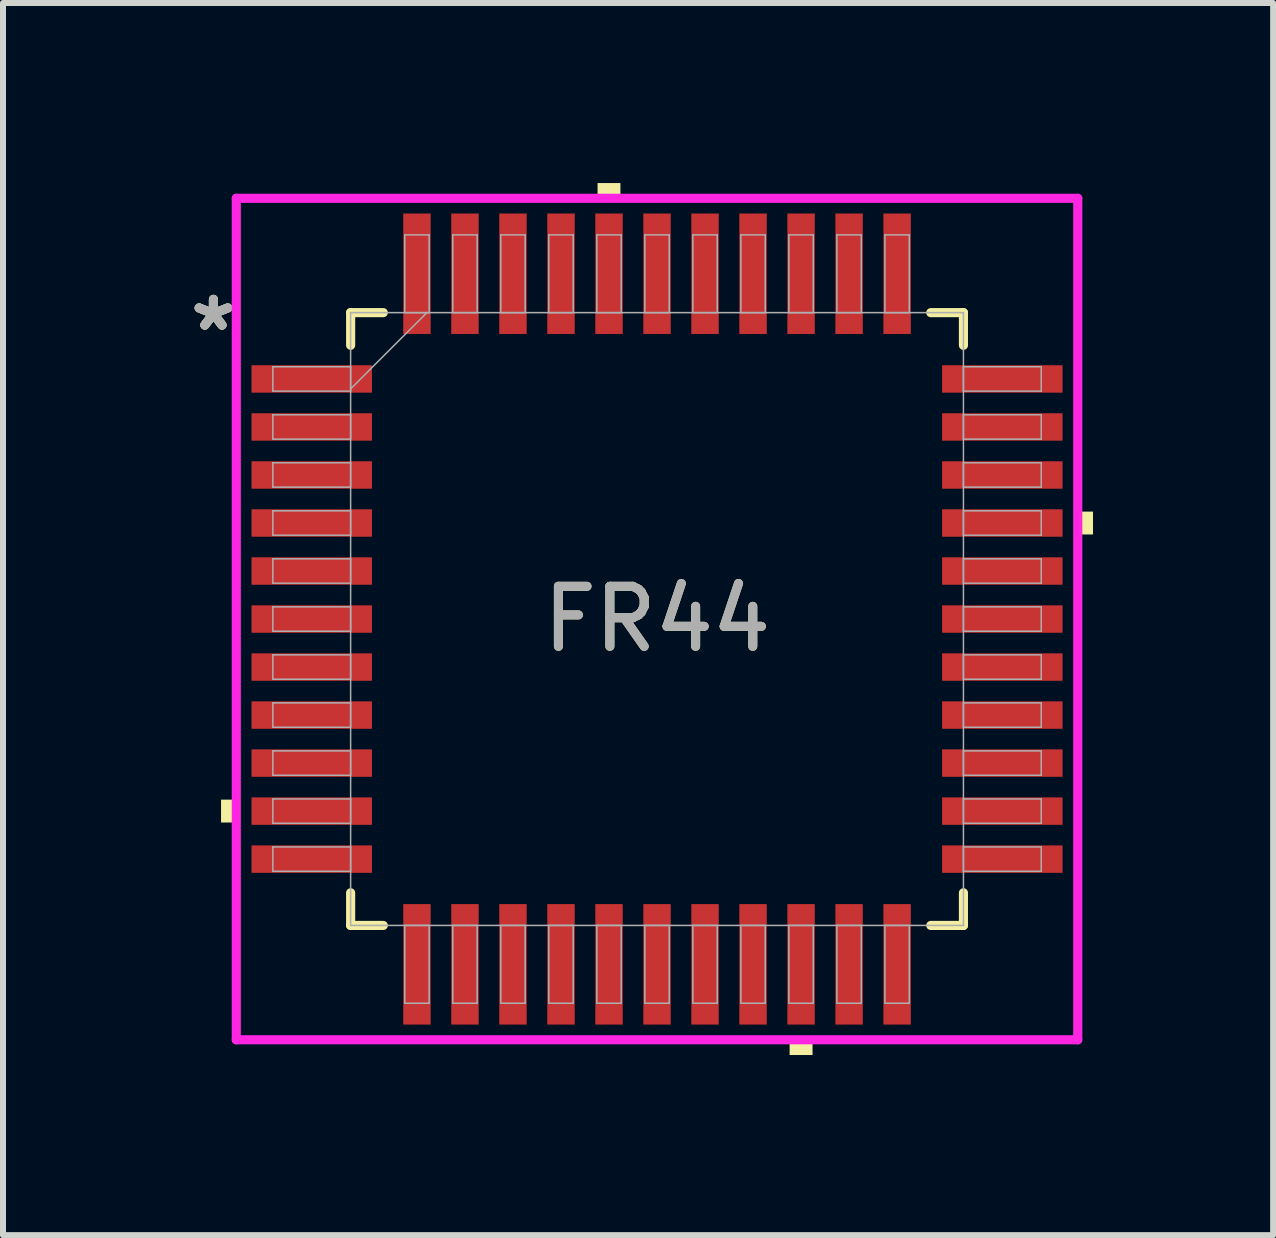
<source format=kicad_pcb>
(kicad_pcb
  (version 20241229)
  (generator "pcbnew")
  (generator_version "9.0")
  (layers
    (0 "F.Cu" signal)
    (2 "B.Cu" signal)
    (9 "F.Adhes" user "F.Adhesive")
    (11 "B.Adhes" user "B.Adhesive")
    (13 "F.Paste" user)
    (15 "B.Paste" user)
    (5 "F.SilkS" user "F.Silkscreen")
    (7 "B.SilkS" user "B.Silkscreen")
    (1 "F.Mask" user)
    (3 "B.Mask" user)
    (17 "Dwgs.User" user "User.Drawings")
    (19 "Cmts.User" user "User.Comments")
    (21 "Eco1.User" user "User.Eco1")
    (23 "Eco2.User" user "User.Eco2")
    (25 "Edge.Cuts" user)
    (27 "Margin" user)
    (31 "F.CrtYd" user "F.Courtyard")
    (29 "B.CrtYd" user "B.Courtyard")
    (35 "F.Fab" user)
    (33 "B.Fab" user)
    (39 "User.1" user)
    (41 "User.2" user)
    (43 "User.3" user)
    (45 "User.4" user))
  (footprint "FR44"
    (layer "F.Cu")
    (at 7.897 7.264)
    (property "Reference" "FR44" (at 0 0 0) (unlocked yes) (layer "F.SilkS") (effects (font (size 1 1) (thickness 0.15))))
    (attr smd)
    (fp_line (start -5.105 -5.105) (end -5.105 -4.561) (stroke (width 0.152) (type solid)) (layer "F.SilkS"))
    (fp_line (start -5.105 4.561) (end -5.105 5.105) (stroke (width 0.152) (type solid)) (layer "F.SilkS"))
    (fp_line (start -5.105 5.105) (end -4.561 5.105) (stroke (width 0.152) (type solid)) (layer "F.SilkS"))
    (fp_line (start -4.561 -5.105) (end -5.105 -5.105) (stroke (width 0.152) (type solid)) (layer "F.SilkS"))
    (fp_line (start 4.561 5.105) (end 5.105 5.105) (stroke (width 0.152) (type solid)) (layer "F.SilkS"))
    (fp_line (start 5.105 -5.105) (end 4.561 -5.105) (stroke (width 0.152) (type solid)) (layer "F.SilkS"))
    (fp_line (start 5.105 -4.561) (end 5.105 -5.105) (stroke (width 0.152) (type solid)) (layer "F.SilkS"))
    (fp_line (start 5.105 5.105) (end 5.105 4.561) (stroke (width 0.152) (type solid)) (layer "F.SilkS"))
    (fp_poly (pts (xy -7.264 3.009) (xy -7.264 3.39) (xy -7.01 3.39) (xy -7.01 3.009)) (stroke (width 0) (type solid)) (fill yes) (layer "F.SilkS"))
    (fp_poly (pts (xy -0.991 -7.01) (xy -0.991 -7.264) (xy -0.61 -7.264) (xy -0.61 -7.01)) (stroke (width 0) (type solid)) (fill yes) (layer "F.SilkS"))
    (fp_poly (pts (xy 2.209 7.01) (xy 2.209 7.264) (xy 2.591 7.264) (xy 2.591 7.01)) (stroke (width 0) (type solid)) (fill yes) (layer "F.SilkS"))
    (fp_poly (pts (xy 7.264 -1.79) (xy 7.264 -1.409) (xy 7.01 -1.409) (xy 7.01 -1.79)) (stroke (width 0) (type solid)) (fill yes) (layer "F.SilkS"))
    (fp_line (start -7.01 -7.01) (end 7.01 -7.01) (stroke (width 0.152) (type solid)) (layer "F.CrtYd"))
    (fp_line (start -7.01 7.01) (end -7.01 -7.01) (stroke (width 0.152) (type solid)) (layer "F.CrtYd"))
    (fp_line (start 7.01 -7.01) (end 7.01 7.01) (stroke (width 0.152) (type solid)) (layer "F.CrtYd"))
    (fp_line (start 7.01 7.01) (end -7.01 7.01) (stroke (width 0.152) (type solid)) (layer "F.CrtYd"))
    (fp_line (start -6.401 -4.203) (end -6.401 -3.797) (stroke (width 0.025) (type solid)) (layer "F.Fab"))
    (fp_line (start -6.401 -3.797) (end -5.105 -3.797) (stroke (width 0.025) (type solid)) (layer "F.Fab"))
    (fp_line (start -6.401 -3.403) (end -6.401 -2.997) (stroke (width 0.025) (type solid)) (layer "F.Fab"))
    (fp_line (start -6.401 -2.997) (end -5.105 -2.997) (stroke (width 0.025) (type solid)) (layer "F.Fab"))
    (fp_line (start -6.401 -2.603) (end -6.401 -2.197) (stroke (width 0.025) (type solid)) (layer "F.Fab"))
    (fp_line (start -6.401 -2.197) (end -5.105 -2.197) (stroke (width 0.025) (type solid)) (layer "F.Fab"))
    (fp_line (start -6.401 -1.803) (end -6.401 -1.397) (stroke (width 0.025) (type solid)) (layer "F.Fab"))
    (fp_line (start -6.401 -1.397) (end -5.105 -1.397) (stroke (width 0.025) (type solid)) (layer "F.Fab"))
    (fp_line (start -6.401 -1.003) (end -6.401 -0.597) (stroke (width 0.025) (type solid)) (layer "F.Fab"))
    (fp_line (start -6.401 -0.597) (end -5.105 -0.597) (stroke (width 0.025) (type solid)) (layer "F.Fab"))
    (fp_line (start -6.401 -0.203) (end -6.401 0.203) (stroke (width 0.025) (type solid)) (layer "F.Fab"))
    (fp_line (start -6.401 0.203) (end -5.105 0.203) (stroke (width 0.025) (type solid)) (layer "F.Fab"))
    (fp_line (start -6.401 0.597) (end -6.401 1.003) (stroke (width 0.025) (type solid)) (layer "F.Fab"))
    (fp_line (start -6.401 1.003) (end -5.105 1.003) (stroke (width 0.025) (type solid)) (layer "F.Fab"))
    (fp_line (start -6.401 1.397) (end -6.401 1.803) (stroke (width 0.025) (type solid)) (layer "F.Fab"))
    (fp_line (start -6.401 1.803) (end -5.105 1.803) (stroke (width 0.025) (type solid)) (layer "F.Fab"))
    (fp_line (start -6.401 2.197) (end -6.401 2.603) (stroke (width 0.025) (type solid)) (layer "F.Fab"))
    (fp_line (start -6.401 2.603) (end -5.105 2.603) (stroke (width 0.025) (type solid)) (layer "F.Fab"))
    (fp_line (start -6.401 2.997) (end -6.401 3.403) (stroke (width 0.025) (type solid)) (layer "F.Fab"))
    (fp_line (start -6.401 3.403) (end -5.105 3.403) (stroke (width 0.025) (type solid)) (layer "F.Fab"))
    (fp_line (start -6.401 3.797) (end -6.401 4.203) (stroke (width 0.025) (type solid)) (layer "F.Fab"))
    (fp_line (start -6.401 4.203) (end -5.105 4.203) (stroke (width 0.025) (type solid)) (layer "F.Fab"))
    (fp_line (start -5.105 -5.105) (end -5.105 -5.105) (stroke (width 0.025) (type solid)) (layer "F.Fab"))
    (fp_line (start -5.105 -5.105) (end -5.105 5.105) (stroke (width 0.025) (type solid)) (layer "F.Fab"))
    (fp_line (start -5.105 -4.203) (end -6.401 -4.203) (stroke (width 0.025) (type solid)) (layer "F.Fab"))
    (fp_line (start -5.105 -3.835) (end -3.835 -5.105) (stroke (width 0.025) (type solid)) (layer "F.Fab"))
    (fp_line (start -5.105 -3.797) (end -5.105 -4.203) (stroke (width 0.025) (type solid)) (layer "F.Fab"))
    (fp_line (start -5.105 -3.403) (end -6.401 -3.403) (stroke (width 0.025) (type solid)) (layer "F.Fab"))
    (fp_line (start -5.105 -2.997) (end -5.105 -3.403) (stroke (width 0.025) (type solid)) (layer "F.Fab"))
    (fp_line (start -5.105 -2.603) (end -6.401 -2.603) (stroke (width 0.025) (type solid)) (layer "F.Fab"))
    (fp_line (start -5.105 -2.197) (end -5.105 -2.603) (stroke (width 0.025) (type solid)) (layer "F.Fab"))
    (fp_line (start -5.105 -1.803) (end -6.401 -1.803) (stroke (width 0.025) (type solid)) (layer "F.Fab"))
    (fp_line (start -5.105 -1.397) (end -5.105 -1.803) (stroke (width 0.025) (type solid)) (layer "F.Fab"))
    (fp_line (start -5.105 -1.003) (end -6.401 -1.003) (stroke (width 0.025) (type solid)) (layer "F.Fab"))
    (fp_line (start -5.105 -0.597) (end -5.105 -1.003) (stroke (width 0.025) (type solid)) (layer "F.Fab"))
    (fp_line (start -5.105 -0.203) (end -6.401 -0.203) (stroke (width 0.025) (type solid)) (layer "F.Fab"))
    (fp_line (start -5.105 0.203) (end -5.105 -0.203) (stroke (width 0.025) (type solid)) (layer "F.Fab"))
    (fp_line (start -5.105 0.597) (end -6.401 0.597) (stroke (width 0.025) (type solid)) (layer "F.Fab"))
    (fp_line (start -5.105 1.003) (end -5.105 0.597) (stroke (width 0.025) (type solid)) (layer "F.Fab"))
    (fp_line (start -5.105 1.397) (end -6.401 1.397) (stroke (width 0.025) (type solid)) (layer "F.Fab"))
    (fp_line (start -5.105 1.803) (end -5.105 1.397) (stroke (width 0.025) (type solid)) (layer "F.Fab"))
    (fp_line (start -5.105 2.197) (end -6.401 2.197) (stroke (width 0.025) (type solid)) (layer "F.Fab"))
    (fp_line (start -5.105 2.603) (end -5.105 2.197) (stroke (width 0.025) (type solid)) (layer "F.Fab"))
    (fp_line (start -5.105 2.997) (end -6.401 2.997) (stroke (width 0.025) (type solid)) (layer "F.Fab"))
    (fp_line (start -5.105 3.403) (end -5.105 2.997) (stroke (width 0.025) (type solid)) (layer "F.Fab"))
    (fp_line (start -5.105 3.797) (end -6.401 3.797) (stroke (width 0.025) (type solid)) (layer "F.Fab"))
    (fp_line (start -5.105 4.203) (end -5.105 3.797) (stroke (width 0.025) (type solid)) (layer "F.Fab"))
    (fp_line (start -5.105 5.105) (end -5.105 5.105) (stroke (width 0.025) (type solid)) (layer "F.Fab"))
    (fp_line (start -5.105 5.105) (end 5.105 5.105) (stroke (width 0.025) (type solid)) (layer "F.Fab"))
    (fp_line (start -4.203 5.105) (end -4.203 6.401) (stroke (width 0.025) (type solid)) (layer "F.Fab"))
    (fp_line (start -4.203 6.401) (end -3.797 6.401) (stroke (width 0.025) (type solid)) (layer "F.Fab"))
    (fp_line (start -4.203 -6.401) (end -4.203 -5.105) (stroke (width 0.025) (type solid)) (layer "F.Fab"))
    (fp_line (start -4.203 -5.105) (end -3.797 -5.105) (stroke (width 0.025) (type solid)) (layer "F.Fab"))
    (fp_line (start -3.797 5.105) (end -4.203 5.105) (stroke (width 0.025) (type solid)) (layer "F.Fab"))
    (fp_line (start -3.797 6.401) (end -3.797 5.105) (stroke (width 0.025) (type solid)) (layer "F.Fab"))
    (fp_line (start -3.797 -6.401) (end -4.203 -6.401) (stroke (width 0.025) (type solid)) (layer "F.Fab"))
    (fp_line (start -3.797 -5.105) (end -3.797 -6.401) (stroke (width 0.025) (type solid)) (layer "F.Fab"))
    (fp_line (start -3.403 -6.401) (end -3.403 -5.105) (stroke (width 0.025) (type solid)) (layer "F.Fab"))
    (fp_line (start -3.403 -5.105) (end -2.997 -5.105) (stroke (width 0.025) (type solid)) (layer "F.Fab"))
    (fp_line (start -3.403 5.105) (end -3.403 6.401) (stroke (width 0.025) (type solid)) (layer "F.Fab"))
    (fp_line (start -3.403 6.401) (end -2.997 6.401) (stroke (width 0.025) (type solid)) (layer "F.Fab"))
    (fp_line (start -2.997 -6.401) (end -3.403 -6.401) (stroke (width 0.025) (type solid)) (layer "F.Fab"))
    (fp_line (start -2.997 -5.105) (end -2.997 -6.401) (stroke (width 0.025) (type solid)) (layer "F.Fab"))
    (fp_line (start -2.997 5.105) (end -3.403 5.105) (stroke (width 0.025) (type solid)) (layer "F.Fab"))
    (fp_line (start -2.997 6.401) (end -2.997 5.105) (stroke (width 0.025) (type solid)) (layer "F.Fab"))
    (fp_line (start -2.603 -6.401) (end -2.603 -5.105) (stroke (width 0.025) (type solid)) (layer "F.Fab"))
    (fp_line (start -2.603 -5.105) (end -2.197 -5.105) (stroke (width 0.025) (type solid)) (layer "F.Fab"))
    (fp_line (start -2.603 5.105) (end -2.603 6.401) (stroke (width 0.025) (type solid)) (layer "F.Fab"))
    (fp_line (start -2.603 6.401) (end -2.197 6.401) (stroke (width 0.025) (type solid)) (layer "F.Fab"))
    (fp_line (start -2.197 -6.401) (end -2.603 -6.401) (stroke (width 0.025) (type solid)) (layer "F.Fab"))
    (fp_line (start -2.197 -5.105) (end -2.197 -6.401) (stroke (width 0.025) (type solid)) (layer "F.Fab"))
    (fp_line (start -2.197 5.105) (end -2.603 5.105) (stroke (width 0.025) (type solid)) (layer "F.Fab"))
    (fp_line (start -2.197 6.401) (end -2.197 5.105) (stroke (width 0.025) (type solid)) (layer "F.Fab"))
    (fp_line (start -1.803 -6.401) (end -1.803 -5.105) (stroke (width 0.025) (type solid)) (layer "F.Fab"))
    (fp_line (start -1.803 -5.105) (end -1.397 -5.105) (stroke (width 0.025) (type solid)) (layer "F.Fab"))
    (fp_line (start -1.803 5.105) (end -1.803 6.401) (stroke (width 0.025) (type solid)) (layer "F.Fab"))
    (fp_line (start -1.803 6.401) (end -1.397 6.401) (stroke (width 0.025) (type solid)) (layer "F.Fab"))
    (fp_line (start -1.397 -6.401) (end -1.803 -6.401) (stroke (width 0.025) (type solid)) (layer "F.Fab"))
    (fp_line (start -1.397 -5.105) (end -1.397 -6.401) (stroke (width 0.025) (type solid)) (layer "F.Fab"))
    (fp_line (start -1.397 5.105) (end -1.803 5.105) (stroke (width 0.025) (type solid)) (layer "F.Fab"))
    (fp_line (start -1.397 6.401) (end -1.397 5.105) (stroke (width 0.025) (type solid)) (layer "F.Fab"))
    (fp_line (start -1.003 -6.401) (end -1.003 -5.105) (stroke (width 0.025) (type solid)) (layer "F.Fab"))
    (fp_line (start -1.003 -5.105) (end -0.597 -5.105) (stroke (width 0.025) (type solid)) (layer "F.Fab"))
    (fp_line (start -1.003 5.105) (end -1.003 6.401) (stroke (width 0.025) (type solid)) (layer "F.Fab"))
    (fp_line (start -1.003 6.401) (end -0.597 6.401) (stroke (width 0.025) (type solid)) (layer "F.Fab"))
    (fp_line (start -0.597 -6.401) (end -1.003 -6.401) (stroke (width 0.025) (type solid)) (layer "F.Fab"))
    (fp_line (start -0.597 -5.105) (end -0.597 -6.401) (stroke (width 0.025) (type solid)) (layer "F.Fab"))
    (fp_line (start -0.597 5.105) (end -1.003 5.105) (stroke (width 0.025) (type solid)) (layer "F.Fab"))
    (fp_line (start -0.597 6.401) (end -0.597 5.105) (stroke (width 0.025) (type solid)) (layer "F.Fab"))
    (fp_line (start -0.203 -6.401) (end -0.203 -5.105) (stroke (width 0.025) (type solid)) (layer "F.Fab"))
    (fp_line (start -0.203 -5.105) (end 0.203 -5.105) (stroke (width 0.025) (type solid)) (layer "F.Fab"))
    (fp_line (start -0.203 5.105) (end -0.203 6.401) (stroke (width 0.025) (type solid)) (layer "F.Fab"))
    (fp_line (start -0.203 6.401) (end 0.203 6.401) (stroke (width 0.025) (type solid)) (layer "F.Fab"))
    (fp_line (start 0.203 -6.401) (end -0.203 -6.401) (stroke (width 0.025) (type solid)) (layer "F.Fab"))
    (fp_line (start 0.203 -5.105) (end 0.203 -6.401) (stroke (width 0.025) (type solid)) (layer "F.Fab"))
    (fp_line (start 0.203 5.105) (end -0.203 5.105) (stroke (width 0.025) (type solid)) (layer "F.Fab"))
    (fp_line (start 0.203 6.401) (end 0.203 5.105) (stroke (width 0.025) (type solid)) (layer "F.Fab"))
    (fp_line (start 0.597 -6.401) (end 0.597 -5.105) (stroke (width 0.025) (type solid)) (layer "F.Fab"))
    (fp_line (start 0.597 -5.105) (end 1.003 -5.105) (stroke (width 0.025) (type solid)) (layer "F.Fab"))
    (fp_line (start 0.597 5.105) (end 0.597 6.401) (stroke (width 0.025) (type solid)) (layer "F.Fab"))
    (fp_line (start 0.597 6.401) (end 1.003 6.401) (stroke (width 0.025) (type solid)) (layer "F.Fab"))
    (fp_line (start 1.003 -6.401) (end 0.597 -6.401) (stroke (width 0.025) (type solid)) (layer "F.Fab"))
    (fp_line (start 1.003 -5.105) (end 1.003 -6.401) (stroke (width 0.025) (type solid)) (layer "F.Fab"))
    (fp_line (start 1.003 5.105) (end 0.597 5.105) (stroke (width 0.025) (type solid)) (layer "F.Fab"))
    (fp_line (start 1.003 6.401) (end 1.003 5.105) (stroke (width 0.025) (type solid)) (layer "F.Fab"))
    (fp_line (start 1.397 -6.401) (end 1.397 -5.105) (stroke (width 0.025) (type solid)) (layer "F.Fab"))
    (fp_line (start 1.397 -5.105) (end 1.803 -5.105) (stroke (width 0.025) (type solid)) (layer "F.Fab"))
    (fp_line (start 1.397 5.105) (end 1.397 6.401) (stroke (width 0.025) (type solid)) (layer "F.Fab"))
    (fp_line (start 1.397 6.401) (end 1.803 6.401) (stroke (width 0.025) (type solid)) (layer "F.Fab"))
    (fp_line (start 1.803 -6.401) (end 1.397 -6.401) (stroke (width 0.025) (type solid)) (layer "F.Fab"))
    (fp_line (start 1.803 -5.105) (end 1.803 -6.401) (stroke (width 0.025) (type solid)) (layer "F.Fab"))
    (fp_line (start 1.803 5.105) (end 1.397 5.105) (stroke (width 0.025) (type solid)) (layer "F.Fab"))
    (fp_line (start 1.803 6.401) (end 1.803 5.105) (stroke (width 0.025) (type solid)) (layer "F.Fab"))
    (fp_line (start 2.197 -6.401) (end 2.197 -5.105) (stroke (width 0.025) (type solid)) (layer "F.Fab"))
    (fp_line (start 2.197 -5.105) (end 2.603 -5.105) (stroke (width 0.025) (type solid)) (layer "F.Fab"))
    (fp_line (start 2.197 5.105) (end 2.197 6.401) (stroke (width 0.025) (type solid)) (layer "F.Fab"))
    (fp_line (start 2.197 6.401) (end 2.603 6.401) (stroke (width 0.025) (type solid)) (layer "F.Fab"))
    (fp_line (start 2.603 -6.401) (end 2.197 -6.401) (stroke (width 0.025) (type solid)) (layer "F.Fab"))
    (fp_line (start 2.603 -5.105) (end 2.603 -6.401) (stroke (width 0.025) (type solid)) (layer "F.Fab"))
    (fp_line (start 2.603 5.105) (end 2.197 5.105) (stroke (width 0.025) (type solid)) (layer "F.Fab"))
    (fp_line (start 2.603 6.401) (end 2.603 5.105) (stroke (width 0.025) (type solid)) (layer "F.Fab"))
    (fp_line (start 2.997 -6.401) (end 2.997 -5.105) (stroke (width 0.025) (type solid)) (layer "F.Fab"))
    (fp_line (start 2.997 -5.105) (end 3.403 -5.105) (stroke (width 0.025) (type solid)) (layer "F.Fab"))
    (fp_line (start 2.997 5.105) (end 2.997 6.401) (stroke (width 0.025) (type solid)) (layer "F.Fab"))
    (fp_line (start 2.997 6.401) (end 3.403 6.401) (stroke (width 0.025) (type solid)) (layer "F.Fab"))
    (fp_line (start 3.403 -6.401) (end 2.997 -6.401) (stroke (width 0.025) (type solid)) (layer "F.Fab"))
    (fp_line (start 3.403 -5.105) (end 3.403 -6.401) (stroke (width 0.025) (type solid)) (layer "F.Fab"))
    (fp_line (start 3.403 5.105) (end 2.997 5.105) (stroke (width 0.025) (type solid)) (layer "F.Fab"))
    (fp_line (start 3.403 6.401) (end 3.403 5.105) (stroke (width 0.025) (type solid)) (layer "F.Fab"))
    (fp_line (start 3.797 5.105) (end 3.797 6.401) (stroke (width 0.025) (type solid)) (layer "F.Fab"))
    (fp_line (start 3.797 6.401) (end 4.203 6.401) (stroke (width 0.025) (type solid)) (layer "F.Fab"))
    (fp_line (start 3.797 -6.401) (end 3.797 -5.105) (stroke (width 0.025) (type solid)) (layer "F.Fab"))
    (fp_line (start 3.797 -5.105) (end 4.203 -5.105) (stroke (width 0.025) (type solid)) (layer "F.Fab"))
    (fp_line (start 4.203 5.105) (end 3.797 5.105) (stroke (width 0.025) (type solid)) (layer "F.Fab"))
    (fp_line (start 4.203 6.401) (end 4.203 5.105) (stroke (width 0.025) (type solid)) (layer "F.Fab"))
    (fp_line (start 4.203 -6.401) (end 3.797 -6.401) (stroke (width 0.025) (type solid)) (layer "F.Fab"))
    (fp_line (start 4.203 -5.105) (end 4.203 -6.401) (stroke (width 0.025) (type solid)) (layer "F.Fab"))
    (fp_line (start 5.105 -5.105) (end -5.105 -5.105) (stroke (width 0.025) (type solid)) (layer "F.Fab"))
    (fp_line (start 5.105 -5.105) (end 5.105 -5.105) (stroke (width 0.025) (type solid)) (layer "F.Fab"))
    (fp_line (start 5.105 -4.203) (end 5.105 -3.797) (stroke (width 0.025) (type solid)) (layer "F.Fab"))
    (fp_line (start 5.105 -3.797) (end 6.401 -3.797) (stroke (width 0.025) (type solid)) (layer "F.Fab"))
    (fp_line (start 5.105 -3.403) (end 5.105 -2.997) (stroke (width 0.025) (type solid)) (layer "F.Fab"))
    (fp_line (start 5.105 -2.997) (end 6.401 -2.997) (stroke (width 0.025) (type solid)) (layer "F.Fab"))
    (fp_line (start 5.105 -2.603) (end 5.105 -2.197) (stroke (width 0.025) (type solid)) (layer "F.Fab"))
    (fp_line (start 5.105 -2.197) (end 6.401 -2.197) (stroke (width 0.025) (type solid)) (layer "F.Fab"))
    (fp_line (start 5.105 -1.803) (end 5.105 -1.397) (stroke (width 0.025) (type solid)) (layer "F.Fab"))
    (fp_line (start 5.105 -1.397) (end 6.401 -1.397) (stroke (width 0.025) (type solid)) (layer "F.Fab"))
    (fp_line (start 5.105 -1.003) (end 5.105 -0.597) (stroke (width 0.025) (type solid)) (layer "F.Fab"))
    (fp_line (start 5.105 -0.597) (end 6.401 -0.597) (stroke (width 0.025) (type solid)) (layer "F.Fab"))
    (fp_line (start 5.105 -0.203) (end 5.105 0.203) (stroke (width 0.025) (type solid)) (layer "F.Fab"))
    (fp_line (start 5.105 0.203) (end 6.401 0.203) (stroke (width 0.025) (type solid)) (layer "F.Fab"))
    (fp_line (start 5.105 0.597) (end 5.105 1.003) (stroke (width 0.025) (type solid)) (layer "F.Fab"))
    (fp_line (start 5.105 1.003) (end 6.401 1.003) (stroke (width 0.025) (type solid)) (layer "F.Fab"))
    (fp_line (start 5.105 1.397) (end 5.105 1.803) (stroke (width 0.025) (type solid)) (layer "F.Fab"))
    (fp_line (start 5.105 1.803) (end 6.401 1.803) (stroke (width 0.025) (type solid)) (layer "F.Fab"))
    (fp_line (start 5.105 2.197) (end 5.105 2.603) (stroke (width 0.025) (type solid)) (layer "F.Fab"))
    (fp_line (start 5.105 2.603) (end 6.401 2.603) (stroke (width 0.025) (type solid)) (layer "F.Fab"))
    (fp_line (start 5.105 2.997) (end 5.105 3.403) (stroke (width 0.025) (type solid)) (layer "F.Fab"))
    (fp_line (start 5.105 3.403) (end 6.401 3.403) (stroke (width 0.025) (type solid)) (layer "F.Fab"))
    (fp_line (start 5.105 3.797) (end 5.105 4.203) (stroke (width 0.025) (type solid)) (layer "F.Fab"))
    (fp_line (start 5.105 4.203) (end 6.401 4.203) (stroke (width 0.025) (type solid)) (layer "F.Fab"))
    (fp_line (start 5.105 5.105) (end 5.105 -5.105) (stroke (width 0.025) (type solid)) (layer "F.Fab"))
    (fp_line (start 5.105 5.105) (end 5.105 5.105) (stroke (width 0.025) (type solid)) (layer "F.Fab"))
    (fp_line (start 6.401 -4.203) (end 5.105 -4.203) (stroke (width 0.025) (type solid)) (layer "F.Fab"))
    (fp_line (start 6.401 -3.797) (end 6.401 -4.203) (stroke (width 0.025) (type solid)) (layer "F.Fab"))
    (fp_line (start 6.401 -3.403) (end 5.105 -3.403) (stroke (width 0.025) (type solid)) (layer "F.Fab"))
    (fp_line (start 6.401 -2.997) (end 6.401 -3.403) (stroke (width 0.025) (type solid)) (layer "F.Fab"))
    (fp_line (start 6.401 -2.603) (end 5.105 -2.603) (stroke (width 0.025) (type solid)) (layer "F.Fab"))
    (fp_line (start 6.401 -2.197) (end 6.401 -2.603) (stroke (width 0.025) (type solid)) (layer "F.Fab"))
    (fp_line (start 6.401 -1.803) (end 5.105 -1.803) (stroke (width 0.025) (type solid)) (layer "F.Fab"))
    (fp_line (start 6.401 -1.397) (end 6.401 -1.803) (stroke (width 0.025) (type solid)) (layer "F.Fab"))
    (fp_line (start 6.401 -1.003) (end 5.105 -1.003) (stroke (width 0.025) (type solid)) (layer "F.Fab"))
    (fp_line (start 6.401 -0.597) (end 6.401 -1.003) (stroke (width 0.025) (type solid)) (layer "F.Fab"))
    (fp_line (start 6.401 -0.203) (end 5.105 -0.203) (stroke (width 0.025) (type solid)) (layer "F.Fab"))
    (fp_line (start 6.401 0.203) (end 6.401 -0.203) (stroke (width 0.025) (type solid)) (layer "F.Fab"))
    (fp_line (start 6.401 0.597) (end 5.105 0.597) (stroke (width 0.025) (type solid)) (layer "F.Fab"))
    (fp_line (start 6.401 1.003) (end 6.401 0.597) (stroke (width 0.025) (type solid)) (layer "F.Fab"))
    (fp_line (start 6.401 1.397) (end 5.105 1.397) (stroke (width 0.025) (type solid)) (layer "F.Fab"))
    (fp_line (start 6.401 1.803) (end 6.401 1.397) (stroke (width 0.025) (type solid)) (layer "F.Fab"))
    (fp_line (start 6.401 2.197) (end 5.105 2.197) (stroke (width 0.025) (type solid)) (layer "F.Fab"))
    (fp_line (start 6.401 2.603) (end 6.401 2.197) (stroke (width 0.025) (type solid)) (layer "F.Fab"))
    (fp_line (start 6.401 2.997) (end 5.105 2.997) (stroke (width 0.025) (type solid)) (layer "F.Fab"))
    (fp_line (start 6.401 3.403) (end 6.401 2.997) (stroke (width 0.025) (type solid)) (layer "F.Fab"))
    (fp_line (start 6.401 3.797) (end 5.105 3.797) (stroke (width 0.025) (type solid)) (layer "F.Fab"))
    (fp_line (start 6.401 4.203) (end 6.401 3.797) (stroke (width 0.025) (type solid)) (layer "F.Fab"))
    (fp_text user "*" (at -7.391 -4.781 0) (layer "F.SilkS") (effects (font (size 1 1) (thickness 0.15))))
    (fp_text user "*" (at -7.391 -4.781 0) (unlocked yes) (layer "F.SilkS") (effects (font (size 1 1) (thickness 0.15))))
    (fp_text user "*" (at -7.391 -4.781 0) (layer "F.Fab") (effects (font (size 1 1) (thickness 0.15))))
    (fp_text user "${REFERENCE}" (at 0 0 0) (unlocked yes) (layer "F.Fab") (effects (font (size 1 1) (thickness 0.15))))
    (fp_text user "*" (at -7.391 -4.781 0) (unlocked yes) (layer "F.Fab") (effects (font (size 1 1) (thickness 0.15))))
    (pad "1" smd rect (at -5.753 -4 90) (size 0.457 2.007) (layers "F.Cu" "F.Mask" "F.Paste"))
    (pad "2" smd rect (at -5.753 -3.2 90) (size 0.457 2.007) (layers "F.Cu" "F.Mask" "F.Paste"))
    (pad "3" smd rect (at -5.753 -2.4 90) (size 0.457 2.007) (layers "F.Cu" "F.Mask" "F.Paste"))
    (pad "4" smd rect (at -5.753 -1.6 90) (size 0.457 2.007) (layers "F.Cu" "F.Mask" "F.Paste"))
    (pad "5" smd rect (at -5.753 -0.8 90) (size 0.457 2.007) (layers "F.Cu" "F.Mask" "F.Paste"))
    (pad "6" smd rect (at -5.753 0 90) (size 0.457 2.007) (layers "F.Cu" "F.Mask" "F.Paste"))
    (pad "7" smd rect (at -5.753 0.8 90) (size 0.457 2.007) (layers "F.Cu" "F.Mask" "F.Paste"))
    (pad "8" smd rect (at -5.753 1.6 90) (size 0.457 2.007) (layers "F.Cu" "F.Mask" "F.Paste"))
    (pad "9" smd rect (at -5.753 2.4 90) (size 0.457 2.007) (layers "F.Cu" "F.Mask" "F.Paste"))
    (pad "10" smd rect (at -5.753 3.2 90) (size 0.457 2.007) (layers "F.Cu" "F.Mask" "F.Paste"))
    (pad "11" smd rect (at -5.753 4 90) (size 0.457 2.007) (layers "F.Cu" "F.Mask" "F.Paste"))
    (pad "12" smd rect (at -4 5.753) (size 0.457 2.007) (layers "F.Cu" "F.Mask" "F.Paste"))
    (pad "13" smd rect (at -3.2 5.753) (size 0.457 2.007) (layers "F.Cu" "F.Mask" "F.Paste"))
    (pad "14" smd rect (at -2.4 5.753) (size 0.457 2.007) (layers "F.Cu" "F.Mask" "F.Paste"))
    (pad "15" smd rect (at -1.6 5.753) (size 0.457 2.007) (layers "F.Cu" "F.Mask" "F.Paste"))
    (pad "16" smd rect (at -0.8 5.753) (size 0.457 2.007) (layers "F.Cu" "F.Mask" "F.Paste"))
    (pad "17" smd rect (at 0 5.753) (size 0.457 2.007) (layers "F.Cu" "F.Mask" "F.Paste"))
    (pad "18" smd rect (at 0.8 5.753) (size 0.457 2.007) (layers "F.Cu" "F.Mask" "F.Paste"))
    (pad "19" smd rect (at 1.6 5.753) (size 0.457 2.007) (layers "F.Cu" "F.Mask" "F.Paste"))
    (pad "20" smd rect (at 2.4 5.753) (size 0.457 2.007) (layers "F.Cu" "F.Mask" "F.Paste"))
    (pad "21" smd rect (at 3.2 5.753) (size 0.457 2.007) (layers "F.Cu" "F.Mask" "F.Paste"))
    (pad "22" smd rect (at 4 5.753) (size 0.457 2.007) (layers "F.Cu" "F.Mask" "F.Paste"))
    (pad "23" smd rect (at 5.753 4 90) (size 0.457 2.007) (layers "F.Cu" "F.Mask" "F.Paste"))
    (pad "24" smd rect (at 5.753 3.2 90) (size 0.457 2.007) (layers "F.Cu" "F.Mask" "F.Paste"))
    (pad "25" smd rect (at 5.753 2.4 90) (size 0.457 2.007) (layers "F.Cu" "F.Mask" "F.Paste"))
    (pad "26" smd rect (at 5.753 1.6 90) (size 0.457 2.007) (layers "F.Cu" "F.Mask" "F.Paste"))
    (pad "27" smd rect (at 5.753 0.8 90) (size 0.457 2.007) (layers "F.Cu" "F.Mask" "F.Paste"))
    (pad "28" smd rect (at 5.753 0 90) (size 0.457 2.007) (layers "F.Cu" "F.Mask" "F.Paste"))
    (pad "29" smd rect (at 5.753 -0.8 90) (size 0.457 2.007) (layers "F.Cu" "F.Mask" "F.Paste"))
    (pad "30" smd rect (at 5.753 -1.6 90) (size 0.457 2.007) (layers "F.Cu" "F.Mask" "F.Paste"))
    (pad "31" smd rect (at 5.753 -2.4 90) (size 0.457 2.007) (layers "F.Cu" "F.Mask" "F.Paste"))
    (pad "32" smd rect (at 5.753 -3.2 90) (size 0.457 2.007) (layers "F.Cu" "F.Mask" "F.Paste"))
    (pad "33" smd rect (at 5.753 -4 90) (size 0.457 2.007) (layers "F.Cu" "F.Mask" "F.Paste"))
    (pad "34" smd rect (at 4 -5.753) (size 0.457 2.007) (layers "F.Cu" "F.Mask" "F.Paste"))
    (pad "35" smd rect (at 3.2 -5.753) (size 0.457 2.007) (layers "F.Cu" "F.Mask" "F.Paste"))
    (pad "36" smd rect (at 2.4 -5.753) (size 0.457 2.007) (layers "F.Cu" "F.Mask" "F.Paste"))
    (pad "37" smd rect (at 1.6 -5.753) (size 0.457 2.007) (layers "F.Cu" "F.Mask" "F.Paste"))
    (pad "38" smd rect (at 0.8 -5.753) (size 0.457 2.007) (layers "F.Cu" "F.Mask" "F.Paste"))
    (pad "39" smd rect (at 0 -5.753) (size 0.457 2.007) (layers "F.Cu" "F.Mask" "F.Paste"))
    (pad "40" smd rect (at -0.8 -5.753) (size 0.457 2.007) (layers "F.Cu" "F.Mask" "F.Paste"))
    (pad "41" smd rect (at -1.6 -5.753) (size 0.457 2.007) (layers "F.Cu" "F.Mask" "F.Paste"))
    (pad "42" smd rect (at -2.4 -5.753) (size 0.457 2.007) (layers "F.Cu" "F.Mask" "F.Paste"))
    (pad "43" smd rect (at -3.2 -5.753) (size 0.457 2.007) (layers "F.Cu" "F.Mask" "F.Paste"))
    (pad "44" smd rect (at -4 -5.753) (size 0.457 2.007) (layers "F.Cu" "F.Mask" "F.Paste")))
  (gr_rect
    (start -3 -3)
    (end 18.162 17.529)
    (stroke (width 0.1) (type default))
    (fill no)
    (layer "Edge.Cuts")))
</source>
